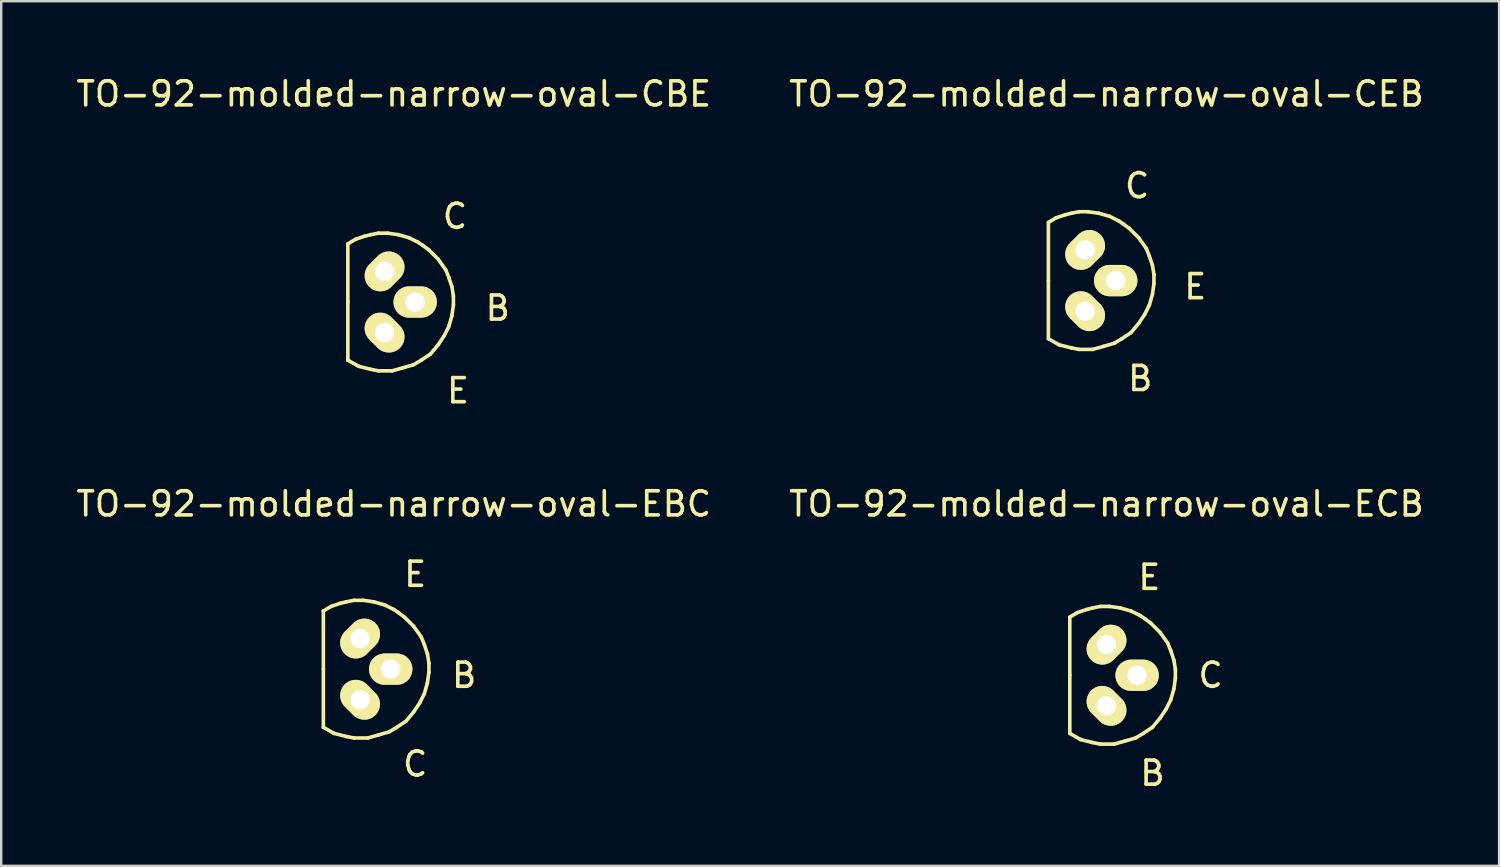
<source format=kicad_pcb>
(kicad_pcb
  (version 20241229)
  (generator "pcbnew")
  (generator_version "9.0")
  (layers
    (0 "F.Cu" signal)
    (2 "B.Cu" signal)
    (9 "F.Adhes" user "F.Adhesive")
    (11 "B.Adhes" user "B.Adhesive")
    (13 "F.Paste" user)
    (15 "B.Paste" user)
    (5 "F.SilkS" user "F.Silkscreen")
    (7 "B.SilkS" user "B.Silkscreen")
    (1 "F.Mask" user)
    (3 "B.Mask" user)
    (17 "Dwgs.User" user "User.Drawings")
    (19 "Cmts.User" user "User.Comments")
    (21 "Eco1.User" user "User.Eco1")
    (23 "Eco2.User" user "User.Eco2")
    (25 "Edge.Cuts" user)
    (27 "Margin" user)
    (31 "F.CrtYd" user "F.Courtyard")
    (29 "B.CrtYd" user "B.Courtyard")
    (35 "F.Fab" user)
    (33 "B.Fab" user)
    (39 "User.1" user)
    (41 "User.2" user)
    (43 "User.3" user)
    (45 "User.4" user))
  (footprint "TO-92-molded-narrow-oval-CEB"
    (layer "F.Cu")
    (at 41.986 8.595)
    (property "Reference" "TO-92-molded-narrow-oval-CEB" (at 0.889 -7.747 0) (layer "F.SilkS") (effects (font (size 1 1) (thickness 0.15))))
    (attr through_hole)
    (fp_line (start -1.524 -2.413) (end -1.206 -2.603) (stroke (width 0.15) (type solid)) (layer "F.SilkS"))
    (fp_line (start -1.524 0) (end -1.524 -2.413) (stroke (width 0.15) (type solid)) (layer "F.SilkS"))
    (fp_line (start -1.524 0) (end -1.524 2.413) (stroke (width 0.15) (type solid)) (layer "F.SilkS"))
    (fp_line (start -1.206 -2.603) (end -0.826 -2.731) (stroke (width 0.15) (type solid)) (layer "F.SilkS"))
    (fp_line (start -1.079 2.667) (end -1.524 2.413) (stroke (width 0.15) (type solid)) (layer "F.SilkS"))
    (fp_line (start -0.826 -2.731) (end -0.572 -2.794) (stroke (width 0.15) (type solid)) (layer "F.SilkS"))
    (fp_line (start -0.572 -2.794) (end -0.254 -2.857) (stroke (width 0.15) (type solid)) (layer "F.SilkS"))
    (fp_line (start -0.572 2.794) (end -1.079 2.667) (stroke (width 0.15) (type solid)) (layer "F.SilkS"))
    (fp_line (start -0.254 -2.857) (end 0.127 -2.857) (stroke (width 0.15) (type solid)) (layer "F.SilkS"))
    (fp_line (start -0.254 2.857) (end -0.572 2.794) (stroke (width 0.15) (type solid)) (layer "F.SilkS"))
    (fp_line (start 0.127 -2.857) (end 0.572 -2.794) (stroke (width 0.15) (type solid)) (layer "F.SilkS"))
    (fp_line (start 0.318 2.857) (end -0.254 2.857) (stroke (width 0.15) (type solid)) (layer "F.SilkS"))
    (fp_line (start 0.572 -2.794) (end 1.016 -2.667) (stroke (width 0.15) (type solid)) (layer "F.SilkS"))
    (fp_line (start 0.762 2.731) (end 0.318 2.857) (stroke (width 0.15) (type solid)) (layer "F.SilkS"))
    (fp_line (start 1.016 -2.667) (end 1.397 -2.477) (stroke (width 0.15) (type solid)) (layer "F.SilkS"))
    (fp_line (start 1.206 2.603) (end 0.762 2.731) (stroke (width 0.15) (type solid)) (layer "F.SilkS"))
    (fp_line (start 1.397 -2.477) (end 1.587 -2.349) (stroke (width 0.15) (type solid)) (layer "F.SilkS"))
    (fp_line (start 1.524 2.413) (end 1.206 2.603) (stroke (width 0.15) (type solid)) (layer "F.SilkS"))
    (fp_line (start 1.587 -2.349) (end 1.841 -2.159) (stroke (width 0.15) (type solid)) (layer "F.SilkS"))
    (fp_line (start 1.841 -2.159) (end 2.223 -1.778) (stroke (width 0.15) (type solid)) (layer "F.SilkS"))
    (fp_line (start 1.905 2.159) (end 1.524 2.413) (stroke (width 0.15) (type solid)) (layer "F.SilkS"))
    (fp_line (start 2.223 -1.778) (end 2.54 -1.333) (stroke (width 0.15) (type solid)) (layer "F.SilkS"))
    (fp_line (start 2.223 1.778) (end 1.905 2.159) (stroke (width 0.15) (type solid)) (layer "F.SilkS"))
    (fp_line (start 2.477 1.397) (end 2.223 1.778) (stroke (width 0.15) (type solid)) (layer "F.SilkS"))
    (fp_line (start 2.54 -1.333) (end 2.667 -1.016) (stroke (width 0.15) (type solid)) (layer "F.SilkS"))
    (fp_line (start 2.667 -1.016) (end 2.794 -0.635) (stroke (width 0.15) (type solid)) (layer "F.SilkS"))
    (fp_line (start 2.667 1.016) (end 2.477 1.397) (stroke (width 0.15) (type solid)) (layer "F.SilkS"))
    (fp_line (start 2.794 -0.635) (end 2.857 -0.254) (stroke (width 0.15) (type solid)) (layer "F.SilkS"))
    (fp_line (start 2.794 0.572) (end 2.667 1.016) (stroke (width 0.15) (type solid)) (layer "F.SilkS"))
    (fp_line (start 2.857 -0.254) (end 2.857 0.127) (stroke (width 0.15) (type solid)) (layer "F.SilkS"))
    (fp_line (start 2.857 0.127) (end 2.794 0.572) (stroke (width 0.15) (type solid)) (layer "F.SilkS"))
    (fp_text user "C" (at 2.159 -3.937 0) (layer "F.SilkS") (effects (font (size 1 1) (thickness 0.15))))
    (fp_text user "E" (at 4.572 0.254 0) (layer "F.SilkS") (effects (font (size 1 1) (thickness 0.15))))
    (fp_text user "B" (at 2.286 4.064 0) (layer "F.SilkS") (effects (font (size 1 1) (thickness 0.15))))
    (pad "B" thru_hole oval (at 0 1.27 315) (size 1.801 1.3) (drill 0.8) (layers "*.Cu" "*.Mask" "F.SilkS"))
    (pad "C" thru_hole oval (at 0 -1.27 315) (size 1.3 1.801) (drill 0.8) (layers "*.Cu" "*.Mask" "F.SilkS"))
    (pad "E" thru_hole oval (at 1.27 0) (size 1.801 1.3) (drill 0.8) (layers "*.Cu" "*.Mask" "F.SilkS")))
  (footprint "TO-92-molded-narrow-oval-EBC"
    (layer "F.Cu")
    (at 11.895 24.722)
    (property "Reference" "TO-92-molded-narrow-oval-EBC" (at 1.397 -6.858 0) (layer "F.SilkS") (effects (font (size 1 1) (thickness 0.15))))
    (attr through_hole)
    (fp_line (start -1.524 -2.413) (end -1.206 -2.603) (stroke (width 0.15) (type solid)) (layer "F.SilkS"))
    (fp_line (start -1.524 0) (end -1.524 -2.413) (stroke (width 0.15) (type solid)) (layer "F.SilkS"))
    (fp_line (start -1.524 0) (end -1.524 2.413) (stroke (width 0.15) (type solid)) (layer "F.SilkS"))
    (fp_line (start -1.206 -2.603) (end -0.826 -2.731) (stroke (width 0.15) (type solid)) (layer "F.SilkS"))
    (fp_line (start -1.079 2.667) (end -1.524 2.413) (stroke (width 0.15) (type solid)) (layer "F.SilkS"))
    (fp_line (start -0.826 -2.731) (end -0.572 -2.794) (stroke (width 0.15) (type solid)) (layer "F.SilkS"))
    (fp_line (start -0.572 -2.794) (end -0.254 -2.857) (stroke (width 0.15) (type solid)) (layer "F.SilkS"))
    (fp_line (start -0.572 2.794) (end -1.079 2.667) (stroke (width 0.15) (type solid)) (layer "F.SilkS"))
    (fp_line (start -0.254 -2.857) (end 0.127 -2.857) (stroke (width 0.15) (type solid)) (layer "F.SilkS"))
    (fp_line (start -0.254 2.857) (end -0.572 2.794) (stroke (width 0.15) (type solid)) (layer "F.SilkS"))
    (fp_line (start 0.127 -2.857) (end 0.572 -2.794) (stroke (width 0.15) (type solid)) (layer "F.SilkS"))
    (fp_line (start 0.318 2.857) (end -0.254 2.857) (stroke (width 0.15) (type solid)) (layer "F.SilkS"))
    (fp_line (start 0.572 -2.794) (end 1.016 -2.667) (stroke (width 0.15) (type solid)) (layer "F.SilkS"))
    (fp_line (start 0.762 2.731) (end 0.318 2.857) (stroke (width 0.15) (type solid)) (layer "F.SilkS"))
    (fp_line (start 1.016 -2.667) (end 1.397 -2.477) (stroke (width 0.15) (type solid)) (layer "F.SilkS"))
    (fp_line (start 1.206 2.603) (end 0.762 2.731) (stroke (width 0.15) (type solid)) (layer "F.SilkS"))
    (fp_line (start 1.397 -2.477) (end 1.587 -2.349) (stroke (width 0.15) (type solid)) (layer "F.SilkS"))
    (fp_line (start 1.524 2.413) (end 1.206 2.603) (stroke (width 0.15) (type solid)) (layer "F.SilkS"))
    (fp_line (start 1.587 -2.349) (end 1.841 -2.159) (stroke (width 0.15) (type solid)) (layer "F.SilkS"))
    (fp_line (start 1.841 -2.159) (end 2.223 -1.778) (stroke (width 0.15) (type solid)) (layer "F.SilkS"))
    (fp_line (start 1.905 2.159) (end 1.524 2.413) (stroke (width 0.15) (type solid)) (layer "F.SilkS"))
    (fp_line (start 2.223 -1.778) (end 2.54 -1.333) (stroke (width 0.15) (type solid)) (layer "F.SilkS"))
    (fp_line (start 2.223 1.778) (end 1.905 2.159) (stroke (width 0.15) (type solid)) (layer "F.SilkS"))
    (fp_line (start 2.477 1.397) (end 2.223 1.778) (stroke (width 0.15) (type solid)) (layer "F.SilkS"))
    (fp_line (start 2.54 -1.333) (end 2.667 -1.016) (stroke (width 0.15) (type solid)) (layer "F.SilkS"))
    (fp_line (start 2.667 -1.016) (end 2.794 -0.635) (stroke (width 0.15) (type solid)) (layer "F.SilkS"))
    (fp_line (start 2.667 1.016) (end 2.477 1.397) (stroke (width 0.15) (type solid)) (layer "F.SilkS"))
    (fp_line (start 2.794 -0.635) (end 2.857 -0.254) (stroke (width 0.15) (type solid)) (layer "F.SilkS"))
    (fp_line (start 2.794 0.572) (end 2.667 1.016) (stroke (width 0.15) (type solid)) (layer "F.SilkS"))
    (fp_line (start 2.857 -0.254) (end 2.857 0.127) (stroke (width 0.15) (type solid)) (layer "F.SilkS"))
    (fp_line (start 2.857 0.127) (end 2.794 0.572) (stroke (width 0.15) (type solid)) (layer "F.SilkS"))
    (fp_text user "E" (at 2.286 -3.937 0) (layer "F.SilkS") (effects (font (size 1 1) (thickness 0.15))))
    (fp_text user "C" (at 2.286 3.937 0) (layer "F.SilkS") (effects (font (size 1 1) (thickness 0.15))))
    (fp_text user "B" (at 4.318 0.254 0) (layer "F.SilkS") (effects (font (size 1 1) (thickness 0.15))))
    (pad "B" thru_hole oval (at 1.27 0) (size 1.801 1.3) (drill 0.8) (layers "*.Cu" "*.Mask" "F.SilkS"))
    (pad "C" thru_hole oval (at 0 1.27 315) (size 1.801 1.3) (drill 0.8) (layers "*.Cu" "*.Mask" "F.SilkS"))
    (pad "E" thru_hole oval (at 0 -1.27 315) (size 1.3 1.801) (drill 0.8) (layers "*.Cu" "*.Mask" "F.SilkS")))
  (footprint "TO-92-molded-narrow-oval-ECB"
    (layer "F.Cu")
    (at 42.875 24.976)
    (property "Reference" "TO-92-molded-narrow-oval-ECB" (at 0 -7.112 0) (layer "F.SilkS") (effects (font (size 1 1) (thickness 0.15))))
    (attr through_hole)
    (fp_line (start -1.524 -2.413) (end -1.206 -2.603) (stroke (width 0.15) (type solid)) (layer "F.SilkS"))
    (fp_line (start -1.524 0) (end -1.524 -2.413) (stroke (width 0.15) (type solid)) (layer "F.SilkS"))
    (fp_line (start -1.524 0) (end -1.524 2.413) (stroke (width 0.15) (type solid)) (layer "F.SilkS"))
    (fp_line (start -1.206 -2.603) (end -0.826 -2.731) (stroke (width 0.15) (type solid)) (layer "F.SilkS"))
    (fp_line (start -1.079 2.667) (end -1.524 2.413) (stroke (width 0.15) (type solid)) (layer "F.SilkS"))
    (fp_line (start -0.826 -2.731) (end -0.572 -2.794) (stroke (width 0.15) (type solid)) (layer "F.SilkS"))
    (fp_line (start -0.572 -2.794) (end -0.254 -2.857) (stroke (width 0.15) (type solid)) (layer "F.SilkS"))
    (fp_line (start -0.572 2.794) (end -1.079 2.667) (stroke (width 0.15) (type solid)) (layer "F.SilkS"))
    (fp_line (start -0.254 -2.857) (end 0.127 -2.857) (stroke (width 0.15) (type solid)) (layer "F.SilkS"))
    (fp_line (start -0.254 2.857) (end -0.572 2.794) (stroke (width 0.15) (type solid)) (layer "F.SilkS"))
    (fp_line (start 0.127 -2.857) (end 0.572 -2.794) (stroke (width 0.15) (type solid)) (layer "F.SilkS"))
    (fp_line (start 0.318 2.857) (end -0.254 2.857) (stroke (width 0.15) (type solid)) (layer "F.SilkS"))
    (fp_line (start 0.572 -2.794) (end 1.016 -2.667) (stroke (width 0.15) (type solid)) (layer "F.SilkS"))
    (fp_line (start 0.762 2.731) (end 0.318 2.857) (stroke (width 0.15) (type solid)) (layer "F.SilkS"))
    (fp_line (start 1.016 -2.667) (end 1.397 -2.477) (stroke (width 0.15) (type solid)) (layer "F.SilkS"))
    (fp_line (start 1.206 2.603) (end 0.762 2.731) (stroke (width 0.15) (type solid)) (layer "F.SilkS"))
    (fp_line (start 1.397 -2.477) (end 1.587 -2.349) (stroke (width 0.15) (type solid)) (layer "F.SilkS"))
    (fp_line (start 1.524 2.413) (end 1.206 2.603) (stroke (width 0.15) (type solid)) (layer "F.SilkS"))
    (fp_line (start 1.587 -2.349) (end 1.841 -2.159) (stroke (width 0.15) (type solid)) (layer "F.SilkS"))
    (fp_line (start 1.841 -2.159) (end 2.223 -1.778) (stroke (width 0.15) (type solid)) (layer "F.SilkS"))
    (fp_line (start 1.905 2.159) (end 1.524 2.413) (stroke (width 0.15) (type solid)) (layer "F.SilkS"))
    (fp_line (start 2.223 -1.778) (end 2.54 -1.333) (stroke (width 0.15) (type solid)) (layer "F.SilkS"))
    (fp_line (start 2.223 1.778) (end 1.905 2.159) (stroke (width 0.15) (type solid)) (layer "F.SilkS"))
    (fp_line (start 2.477 1.397) (end 2.223 1.778) (stroke (width 0.15) (type solid)) (layer "F.SilkS"))
    (fp_line (start 2.54 -1.333) (end 2.667 -1.016) (stroke (width 0.15) (type solid)) (layer "F.SilkS"))
    (fp_line (start 2.667 -1.016) (end 2.794 -0.635) (stroke (width 0.15) (type solid)) (layer "F.SilkS"))
    (fp_line (start 2.667 1.016) (end 2.477 1.397) (stroke (width 0.15) (type solid)) (layer "F.SilkS"))
    (fp_line (start 2.794 -0.635) (end 2.857 -0.254) (stroke (width 0.15) (type solid)) (layer "F.SilkS"))
    (fp_line (start 2.794 0.572) (end 2.667 1.016) (stroke (width 0.15) (type solid)) (layer "F.SilkS"))
    (fp_line (start 2.857 -0.254) (end 2.857 0.127) (stroke (width 0.15) (type solid)) (layer "F.SilkS"))
    (fp_line (start 2.857 0.127) (end 2.794 0.572) (stroke (width 0.15) (type solid)) (layer "F.SilkS"))
    (fp_text user "E" (at 1.778 -4.064 0) (layer "F.SilkS") (effects (font (size 1 1) (thickness 0.15))))
    (fp_text user "C" (at 4.318 0 0) (layer "F.SilkS") (effects (font (size 1 1) (thickness 0.15))))
    (fp_text user "B" (at 1.905 4.064 0) (layer "F.SilkS") (effects (font (size 1 1) (thickness 0.15))))
    (pad "B" thru_hole oval (at 0 1.27 315) (size 1.801 1.3) (drill 0.8) (layers "*.Cu" "*.Mask" "F.SilkS"))
    (pad "C" thru_hole oval (at 1.27 0) (size 1.801 1.3) (drill 0.8) (layers "*.Cu" "*.Mask" "F.SilkS"))
    (pad "E" thru_hole oval (at 0 -1.27 315) (size 1.3 1.801) (drill 0.8) (layers "*.Cu" "*.Mask" "F.SilkS")))
  (footprint "TO-92-molded-narrow-oval-CBE"
    (layer "F.Cu")
    (at 12.911 9.484)
    (property "Reference" "TO-92-molded-narrow-oval-CBE" (at 0.381 -8.636 0) (layer "F.SilkS") (effects (font (size 1 1) (thickness 0.15))))
    (attr through_hole)
    (fp_line (start -1.524 -2.413) (end -1.206 -2.603) (stroke (width 0.15) (type solid)) (layer "F.SilkS"))
    (fp_line (start -1.524 0) (end -1.524 -2.413) (stroke (width 0.15) (type solid)) (layer "F.SilkS"))
    (fp_line (start -1.524 0) (end -1.524 2.413) (stroke (width 0.15) (type solid)) (layer "F.SilkS"))
    (fp_line (start -1.206 -2.603) (end -0.826 -2.731) (stroke (width 0.15) (type solid)) (layer "F.SilkS"))
    (fp_line (start -1.079 2.667) (end -1.524 2.413) (stroke (width 0.15) (type solid)) (layer "F.SilkS"))
    (fp_line (start -0.826 -2.731) (end -0.572 -2.794) (stroke (width 0.15) (type solid)) (layer "F.SilkS"))
    (fp_line (start -0.572 -2.794) (end -0.254 -2.857) (stroke (width 0.15) (type solid)) (layer "F.SilkS"))
    (fp_line (start -0.572 2.794) (end -1.079 2.667) (stroke (width 0.15) (type solid)) (layer "F.SilkS"))
    (fp_line (start -0.254 -2.857) (end 0.127 -2.857) (stroke (width 0.15) (type solid)) (layer "F.SilkS"))
    (fp_line (start -0.254 2.857) (end -0.572 2.794) (stroke (width 0.15) (type solid)) (layer "F.SilkS"))
    (fp_line (start 0.127 -2.857) (end 0.572 -2.794) (stroke (width 0.15) (type solid)) (layer "F.SilkS"))
    (fp_line (start 0.318 2.857) (end -0.254 2.857) (stroke (width 0.15) (type solid)) (layer "F.SilkS"))
    (fp_line (start 0.572 -2.794) (end 1.016 -2.667) (stroke (width 0.15) (type solid)) (layer "F.SilkS"))
    (fp_line (start 0.762 2.731) (end 0.318 2.857) (stroke (width 0.15) (type solid)) (layer "F.SilkS"))
    (fp_line (start 1.016 -2.667) (end 1.397 -2.477) (stroke (width 0.15) (type solid)) (layer "F.SilkS"))
    (fp_line (start 1.206 2.603) (end 0.762 2.731) (stroke (width 0.15) (type solid)) (layer "F.SilkS"))
    (fp_line (start 1.397 -2.477) (end 1.587 -2.349) (stroke (width 0.15) (type solid)) (layer "F.SilkS"))
    (fp_line (start 1.524 2.413) (end 1.206 2.603) (stroke (width 0.15) (type solid)) (layer "F.SilkS"))
    (fp_line (start 1.587 -2.349) (end 1.841 -2.159) (stroke (width 0.15) (type solid)) (layer "F.SilkS"))
    (fp_line (start 1.841 -2.159) (end 2.223 -1.778) (stroke (width 0.15) (type solid)) (layer "F.SilkS"))
    (fp_line (start 1.905 2.159) (end 1.524 2.413) (stroke (width 0.15) (type solid)) (layer "F.SilkS"))
    (fp_line (start 2.223 -1.778) (end 2.54 -1.333) (stroke (width 0.15) (type solid)) (layer "F.SilkS"))
    (fp_line (start 2.223 1.778) (end 1.905 2.159) (stroke (width 0.15) (type solid)) (layer "F.SilkS"))
    (fp_line (start 2.477 1.397) (end 2.223 1.778) (stroke (width 0.15) (type solid)) (layer "F.SilkS"))
    (fp_line (start 2.54 -1.333) (end 2.667 -1.016) (stroke (width 0.15) (type solid)) (layer "F.SilkS"))
    (fp_line (start 2.667 -1.016) (end 2.794 -0.635) (stroke (width 0.15) (type solid)) (layer "F.SilkS"))
    (fp_line (start 2.667 1.016) (end 2.477 1.397) (stroke (width 0.15) (type solid)) (layer "F.SilkS"))
    (fp_line (start 2.794 -0.635) (end 2.857 -0.254) (stroke (width 0.15) (type solid)) (layer "F.SilkS"))
    (fp_line (start 2.794 0.572) (end 2.667 1.016) (stroke (width 0.15) (type solid)) (layer "F.SilkS"))
    (fp_line (start 2.857 -0.254) (end 2.857 0.127) (stroke (width 0.15) (type solid)) (layer "F.SilkS"))
    (fp_line (start 2.857 0.127) (end 2.794 0.572) (stroke (width 0.15) (type solid)) (layer "F.SilkS"))
    (fp_text user "B" (at 4.699 0.254 0) (layer "F.SilkS") (effects (font (size 1 1) (thickness 0.15))))
    (fp_text user "C" (at 2.921 -3.556 0) (layer "F.SilkS") (effects (font (size 1 1) (thickness 0.15))))
    (fp_text user "E" (at 3.048 3.683 0) (layer "F.SilkS") (effects (font (size 1 1) (thickness 0.15))))
    (pad "B" thru_hole oval (at 1.27 0) (size 1.801 1.3) (drill 0.8) (layers "*.Cu" "*.Mask" "F.SilkS"))
    (pad "C" thru_hole oval (at 0 -1.27 315) (size 1.3 1.801) (drill 0.8) (layers "*.Cu" "*.Mask" "F.SilkS"))
    (pad "E" thru_hole oval (at 0 1.27 315) (size 1.801 1.3) (drill 0.8) (layers "*.Cu" "*.Mask" "F.SilkS")))
  (gr_rect
    (start -3 -3)
    (end 59.167 32.888)
    (stroke (width 0.1) (type default))
    (fill no)
    (layer "Edge.Cuts")))
</source>
